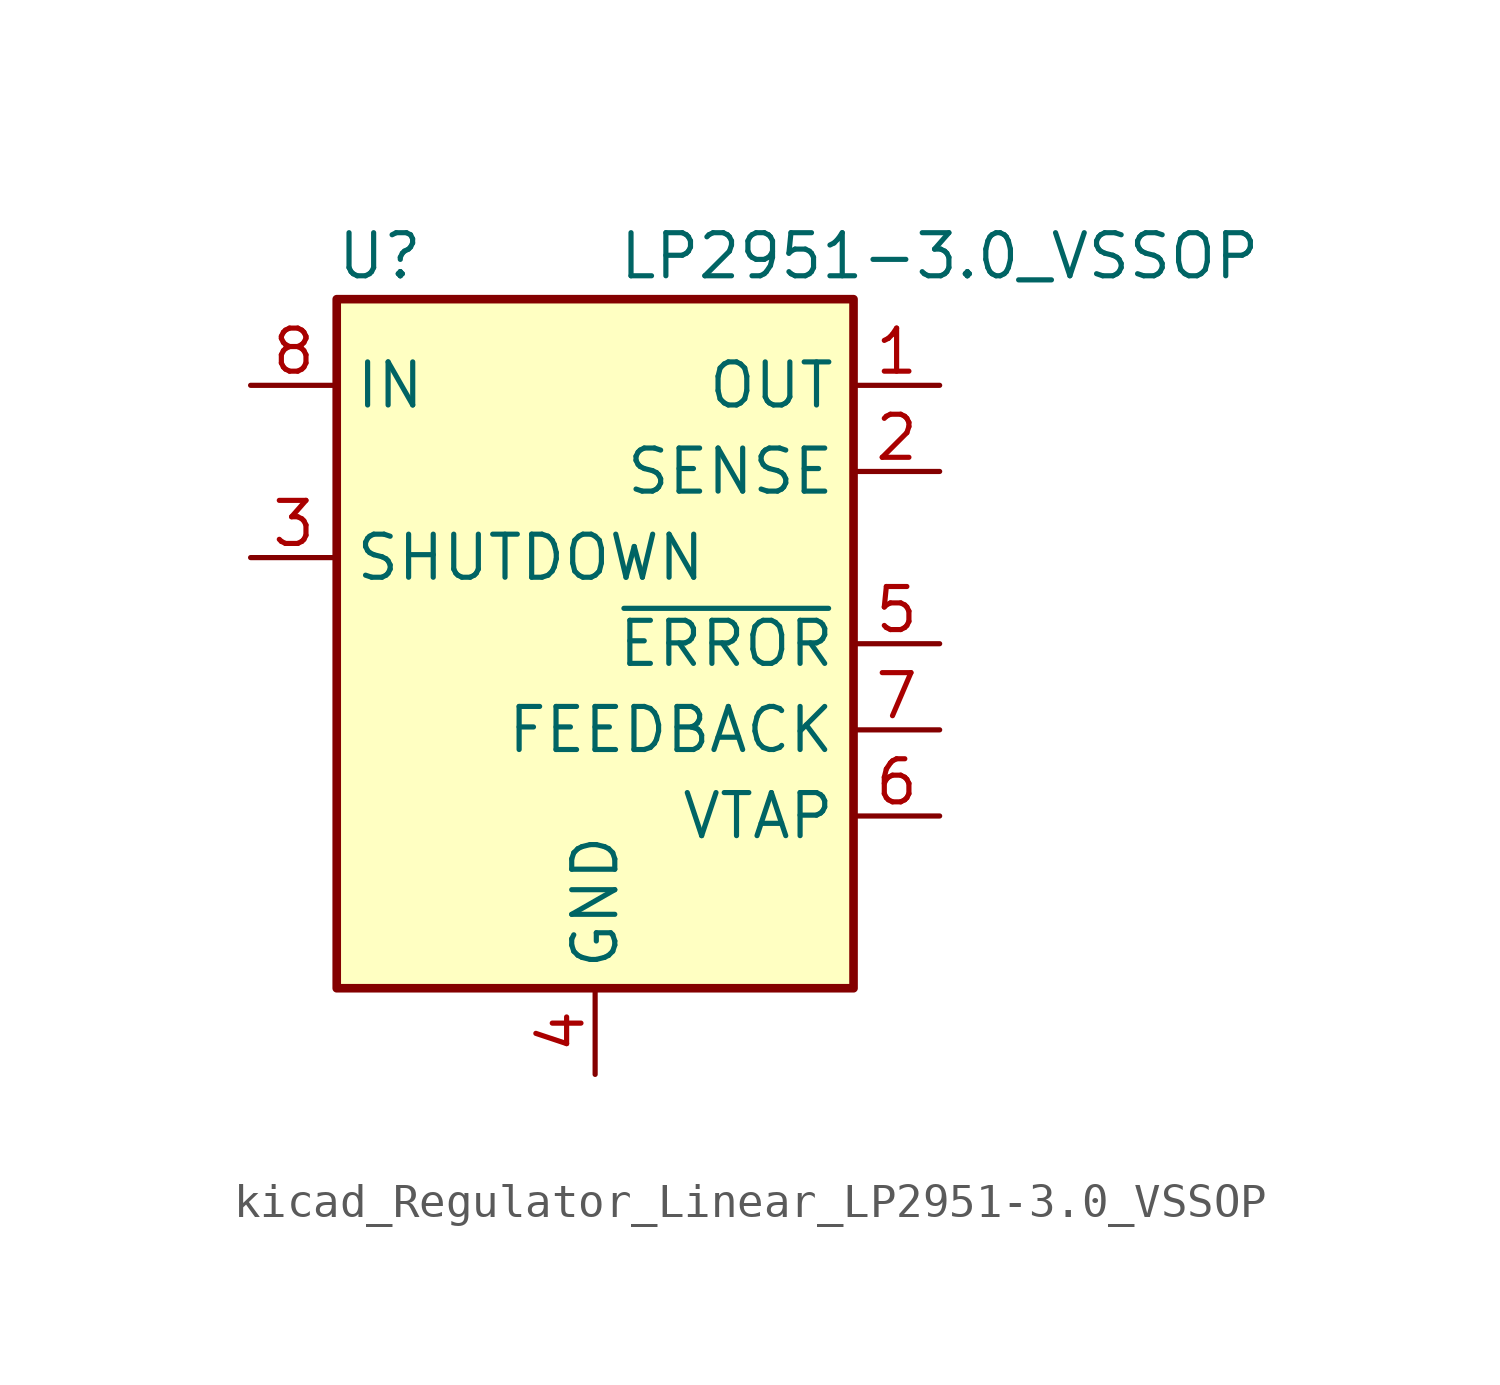
<source format=kicad_sym>
(kicad_symbol_lib
  (version 20220914)
  (generator kicad_symbol_editor)
  (symbol "kicad_Regulator_Linear_LP2951-3.0_VSSOP"
    (property "Reference" "U"
      (at -6.35 11.43 0)
      (effects (font (size 1.27 1.27))))
    (property "Value" "LP2951-3.0_VSSOP"
      (at 10.16 11.43 0)
      (effects (font (size 1.27 1.27))))
    (symbol "kicad_Regulator_Linear_LP2951-3.0_VSSOP_0_1"
      (rectangle (start -7.62 10.16) (end 7.62 -10.16) (stroke (width 0.254) (type default)) (fill (type background))))
    (symbol "kicad_Regulator_Linear_LP2951-3.0_VSSOP_1_1"
      (pin power_out line (at 10.16 7.62 180) (length 2.54) (name "OUT" (effects (font (size 1.27 1.27)))) (number "1" (effects (font (size 1.27 1.27)))))
      (pin passive line (at 10.16 5.08 180) (length 2.54) (name "SENSE" (effects (font (size 1.27 1.27)))) (number "2" (effects (font (size 1.27 1.27)))))
      (pin input line (at -10.16 2.54 0) (length 2.54) (name "SHUTDOWN" (effects (font (size 1.27 1.27)))) (number "3" (effects (font (size 1.27 1.27)))))
      (pin power_in line (at 0 -12.7 90) (length 2.54) (name "GND" (effects (font (size 1.27 1.27)))) (number "4" (effects (font (size 1.27 1.27)))))
      (pin open_collector line (at 10.16 0 180) (length 2.54) (name "~{ERROR}" (effects (font (size 1.27 1.27)))) (number "5" (effects (font (size 1.27 1.27)))))
      (pin input line (at 10.16 -5.08 180) (length 2.54) (name "VTAP" (effects (font (size 1.27 1.27)))) (number "6" (effects (font (size 1.27 1.27)))))
      (pin input line (at 10.16 -2.54 180) (length 2.54) (name "FEEDBACK" (effects (font (size 1.27 1.27)))) (number "7" (effects (font (size 1.27 1.27)))))
      (pin power_in line (at -10.16 7.62 0) (length 2.54) (name "IN" (effects (font (size 1.27 1.27)))) (number "8" (effects (font (size 1.27 1.27))))))))
</source>
